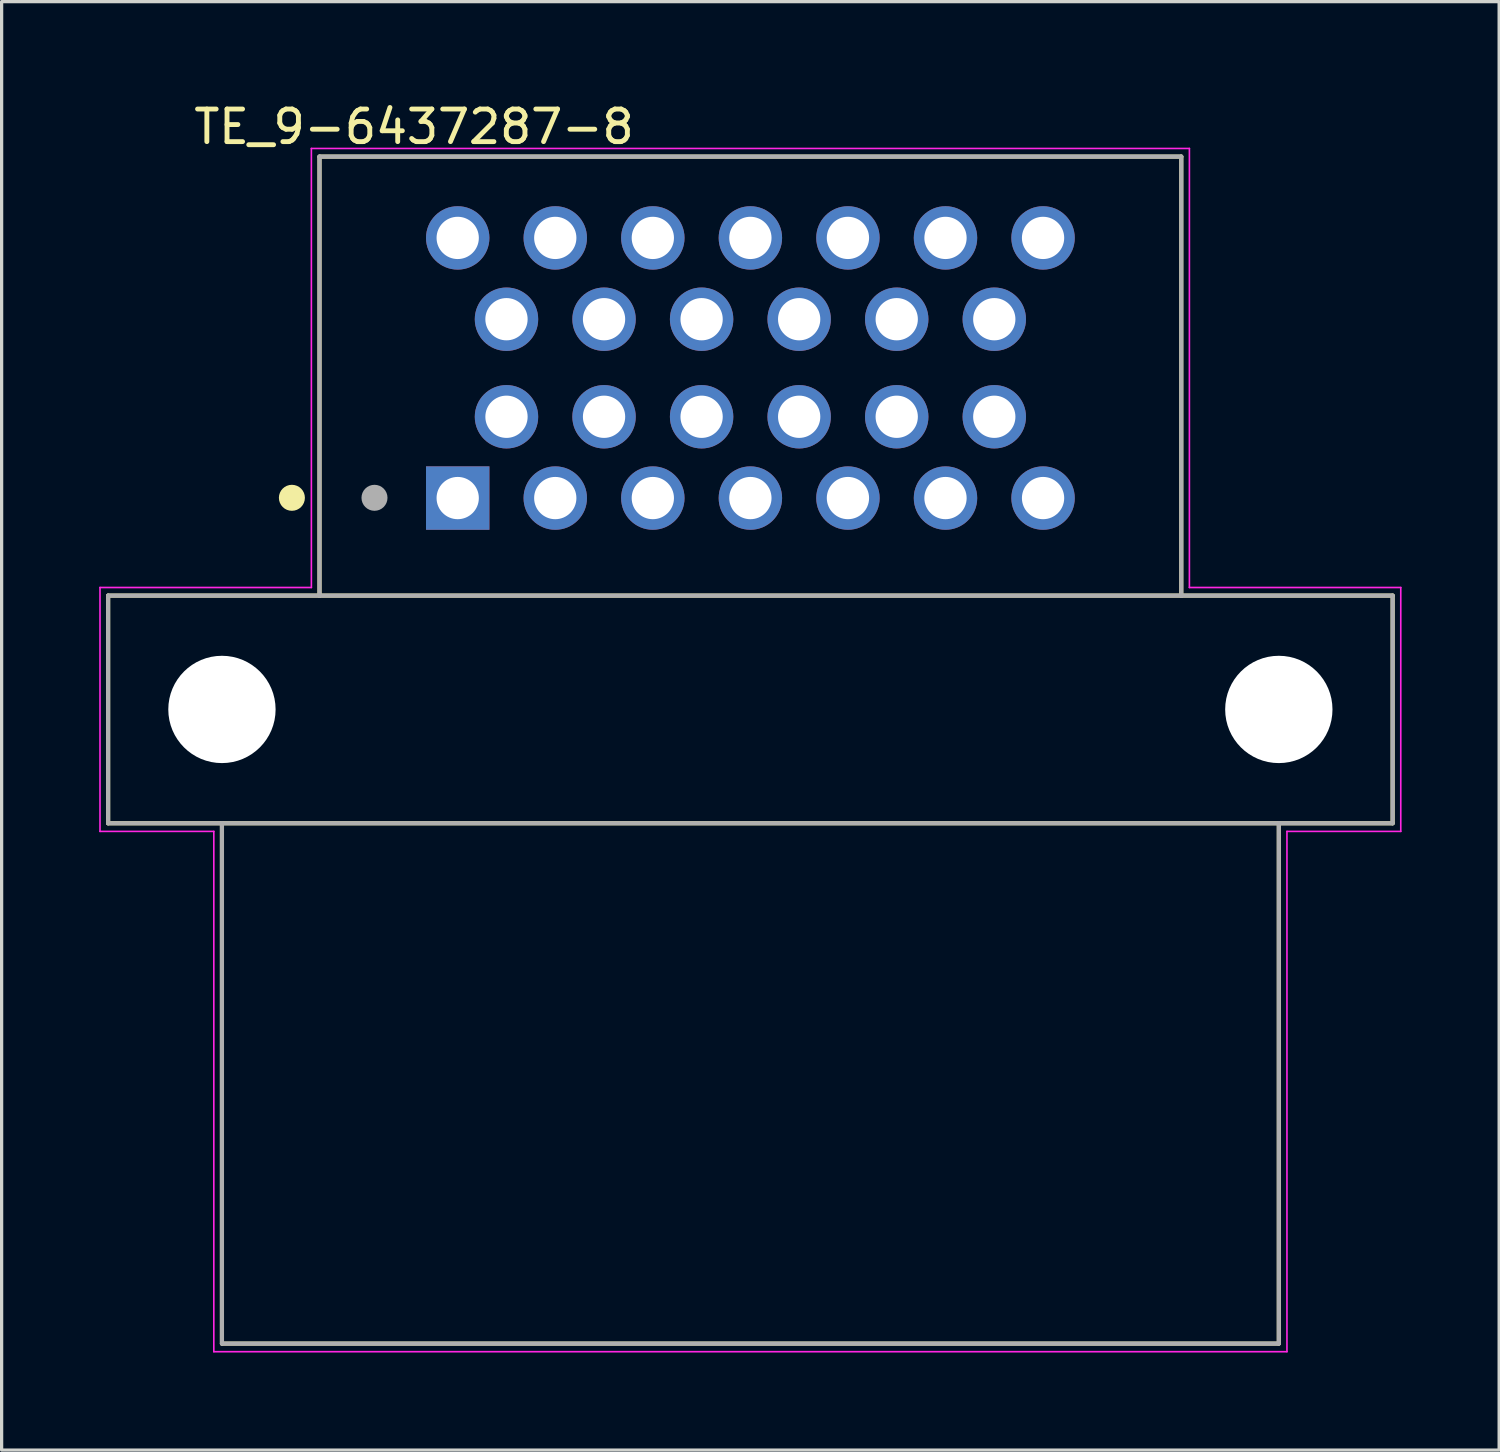
<source format=kicad_pcb>
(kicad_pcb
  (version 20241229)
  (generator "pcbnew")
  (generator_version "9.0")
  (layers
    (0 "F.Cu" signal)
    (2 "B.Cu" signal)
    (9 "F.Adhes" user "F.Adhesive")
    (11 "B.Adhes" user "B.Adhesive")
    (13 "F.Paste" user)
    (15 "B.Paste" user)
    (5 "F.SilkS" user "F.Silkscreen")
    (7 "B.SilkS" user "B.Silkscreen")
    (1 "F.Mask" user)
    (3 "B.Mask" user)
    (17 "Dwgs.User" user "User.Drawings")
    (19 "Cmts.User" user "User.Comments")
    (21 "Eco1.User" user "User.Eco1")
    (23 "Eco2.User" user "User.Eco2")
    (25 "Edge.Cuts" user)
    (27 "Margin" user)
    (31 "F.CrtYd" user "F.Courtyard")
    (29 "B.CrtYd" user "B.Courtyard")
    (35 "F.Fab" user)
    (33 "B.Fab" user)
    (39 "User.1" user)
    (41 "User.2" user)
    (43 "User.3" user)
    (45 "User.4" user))
  (footprint "TE_9-6437287-8"
    (layer "F.Cu")
    (at 20.025 18.766)
    (property "Reference" "TE_9-6437287-8" (at -10.344 -17.917 0) (layer "F.SilkS") (effects (font (size 1.002 1.002) (thickness 0.15))))
    (attr through_hole)
    (fp_line (start -19.75 -3.5) (end -19.75 3.5) (stroke (width 0.127) (type solid)) (layer "F.SilkS"))
    (fp_line (start -19.75 3.5) (end -16.25 3.5) (stroke (width 0.127) (type solid)) (layer "F.SilkS"))
    (fp_line (start -16.25 3.5) (end -16.25 19.5) (stroke (width 0.127) (type solid)) (layer "F.SilkS"))
    (fp_line (start -16.25 3.5) (end 16.25 3.5) (stroke (width 0.127) (type solid)) (layer "F.SilkS"))
    (fp_line (start -16.25 19.5) (end 16.25 19.5) (stroke (width 0.127) (type solid)) (layer "F.SilkS"))
    (fp_line (start -13.25 -17) (end 13.25 -17) (stroke (width 0.127) (type solid)) (layer "F.SilkS"))
    (fp_line (start -13.25 -3.5) (end -19.75 -3.5) (stroke (width 0.127) (type solid)) (layer "F.SilkS"))
    (fp_line (start -13.25 -3.5) (end -13.25 -17) (stroke (width 0.127) (type solid)) (layer "F.SilkS"))
    (fp_line (start 13.25 -17) (end 13.25 -3.5) (stroke (width 0.127) (type solid)) (layer "F.SilkS"))
    (fp_line (start 13.25 -3.5) (end -13.25 -3.5) (stroke (width 0.127) (type solid)) (layer "F.SilkS"))
    (fp_line (start 16.25 3.5) (end 19.75 3.5) (stroke (width 0.127) (type solid)) (layer "F.SilkS"))
    (fp_line (start 16.25 19.5) (end 16.25 3.5) (stroke (width 0.127) (type solid)) (layer "F.SilkS"))
    (fp_line (start 19.75 -3.5) (end 13.25 -3.5) (stroke (width 0.127) (type solid)) (layer "F.SilkS"))
    (fp_line (start 19.75 3.5) (end 19.75 -3.5) (stroke (width 0.127) (type solid)) (layer "F.SilkS"))
    (fp_circle (center -14.099 -6.508) (end -13.899 -6.508) (stroke (width 0.4) (type solid)) (fill no) (layer "F.SilkS"))
    (fp_line (start -20 -3.75) (end -13.5 -3.75) (stroke (width 0.05) (type solid)) (layer "F.CrtYd"))
    (fp_line (start -20 3.75) (end -20 -3.75) (stroke (width 0.05) (type solid)) (layer "F.CrtYd"))
    (fp_line (start -16.5 3.75) (end -20 3.75) (stroke (width 0.05) (type solid)) (layer "F.CrtYd"))
    (fp_line (start -16.5 19.75) (end -16.5 3.75) (stroke (width 0.05) (type solid)) (layer "F.CrtYd"))
    (fp_line (start -13.5 -17.25) (end 13.5 -17.25) (stroke (width 0.05) (type solid)) (layer "F.CrtYd"))
    (fp_line (start -13.5 -3.75) (end -13.5 -17.25) (stroke (width 0.05) (type solid)) (layer "F.CrtYd"))
    (fp_line (start 13.5 -17.25) (end 13.5 -3.75) (stroke (width 0.05) (type solid)) (layer "F.CrtYd"))
    (fp_line (start 13.5 -3.75) (end 20 -3.75) (stroke (width 0.05) (type solid)) (layer "F.CrtYd"))
    (fp_line (start 16.5 3.75) (end 16.5 19.75) (stroke (width 0.05) (type solid)) (layer "F.CrtYd"))
    (fp_line (start 16.5 19.75) (end -16.5 19.75) (stroke (width 0.05) (type solid)) (layer "F.CrtYd"))
    (fp_line (start 20 -3.75) (end 20 3.75) (stroke (width 0.05) (type solid)) (layer "F.CrtYd"))
    (fp_line (start 20 3.75) (end 16.5 3.75) (stroke (width 0.05) (type solid)) (layer "F.CrtYd"))
    (fp_line (start -19.75 -3.5) (end -19.75 3.5) (stroke (width 0.127) (type solid)) (layer "F.Fab"))
    (fp_line (start -19.75 3.5) (end -16.25 3.5) (stroke (width 0.127) (type solid)) (layer "F.Fab"))
    (fp_line (start -16.25 3.5) (end -16.25 19.5) (stroke (width 0.127) (type solid)) (layer "F.Fab"))
    (fp_line (start -16.25 3.5) (end 16.25 3.5) (stroke (width 0.127) (type solid)) (layer "F.Fab"))
    (fp_line (start -16.25 19.5) (end 16.25 19.5) (stroke (width 0.127) (type solid)) (layer "F.Fab"))
    (fp_line (start -13.25 -17) (end 13.25 -17) (stroke (width 0.127) (type solid)) (layer "F.Fab"))
    (fp_line (start -13.25 -3.5) (end -19.75 -3.5) (stroke (width 0.127) (type solid)) (layer "F.Fab"))
    (fp_line (start -13.25 -3.5) (end -13.25 -17) (stroke (width 0.127) (type solid)) (layer "F.Fab"))
    (fp_line (start 13.25 -17) (end 13.25 -3.5) (stroke (width 0.127) (type solid)) (layer "F.Fab"))
    (fp_line (start 13.25 -3.5) (end -13.25 -3.5) (stroke (width 0.127) (type solid)) (layer "F.Fab"))
    (fp_line (start 16.25 3.5) (end 19.75 3.5) (stroke (width 0.127) (type solid)) (layer "F.Fab"))
    (fp_line (start 16.25 19.5) (end 16.25 3.5) (stroke (width 0.127) (type solid)) (layer "F.Fab"))
    (fp_line (start 19.75 -3.5) (end 13.25 -3.5) (stroke (width 0.127) (type solid)) (layer "F.Fab"))
    (fp_line (start 19.75 3.5) (end 19.75 -3.5) (stroke (width 0.127) (type solid)) (layer "F.Fab"))
    (fp_circle (center -11.559 -6.508) (end -11.359 -6.508) (stroke (width 0.4) (type solid)) (fill no) (layer "F.Fab"))
    (pad "" np_thru_hole circle (at -16.25 0) (size 3.3 3.3) (drill 3.3) (layers "*.Cu" "*.Mask"))
    (pad "" np_thru_hole circle (at 16.25 0) (size 3.3 3.3) (drill 3.3) (layers "*.Cu" "*.Mask"))
    (pad "1" thru_hole rect (at -9 -6.5) (size 1.95 1.95) (drill 1.3) (layers "*.Cu" "*.Mask"))
    (pad "2" thru_hole circle (at -6 -6.5) (size 1.95 1.95) (drill 1.3) (layers "*.Cu" "*.Mask"))
    (pad "3" thru_hole circle (at -3 -6.5) (size 1.95 1.95) (drill 1.3) (layers "*.Cu" "*.Mask"))
    (pad "4" thru_hole circle (at 0 -6.5) (size 1.95 1.95) (drill 1.3) (layers "*.Cu" "*.Mask"))
    (pad "5" thru_hole circle (at 3 -6.5) (size 1.95 1.95) (drill 1.3) (layers "*.Cu" "*.Mask"))
    (pad "6" thru_hole circle (at 6 -6.5) (size 1.95 1.95) (drill 1.3) (layers "*.Cu" "*.Mask"))
    (pad "7" thru_hole circle (at 9 -6.5) (size 1.95 1.95) (drill 1.3) (layers "*.Cu" "*.Mask"))
    (pad "8" thru_hole circle (at -7.5 -9) (size 1.95 1.95) (drill 1.3) (layers "*.Cu" "*.Mask"))
    (pad "9" thru_hole circle (at -4.5 -9) (size 1.95 1.95) (drill 1.3) (layers "*.Cu" "*.Mask"))
    (pad "10" thru_hole circle (at -1.5 -9) (size 1.95 1.95) (drill 1.3) (layers "*.Cu" "*.Mask"))
    (pad "11" thru_hole circle (at 1.5 -9) (size 1.95 1.95) (drill 1.3) (layers "*.Cu" "*.Mask"))
    (pad "12" thru_hole circle (at 4.5 -9) (size 1.95 1.95) (drill 1.3) (layers "*.Cu" "*.Mask"))
    (pad "13" thru_hole circle (at 7.5 -9) (size 1.95 1.95) (drill 1.3) (layers "*.Cu" "*.Mask"))
    (pad "14" thru_hole circle (at -7.5 -12) (size 1.95 1.95) (drill 1.3) (layers "*.Cu" "*.Mask"))
    (pad "15" thru_hole circle (at -4.5 -12) (size 1.95 1.95) (drill 1.3) (layers "*.Cu" "*.Mask"))
    (pad "16" thru_hole circle (at -1.5 -12) (size 1.95 1.95) (drill 1.3) (layers "*.Cu" "*.Mask"))
    (pad "17" thru_hole circle (at 1.5 -12) (size 1.95 1.95) (drill 1.3) (layers "*.Cu" "*.Mask"))
    (pad "18" thru_hole circle (at 4.5 -12) (size 1.95 1.95) (drill 1.3) (layers "*.Cu" "*.Mask"))
    (pad "19" thru_hole circle (at 7.5 -12) (size 1.95 1.95) (drill 1.3) (layers "*.Cu" "*.Mask"))
    (pad "20" thru_hole circle (at -9 -14.5) (size 1.95 1.95) (drill 1.3) (layers "*.Cu" "*.Mask"))
    (pad "21" thru_hole circle (at -6 -14.5) (size 1.95 1.95) (drill 1.3) (layers "*.Cu" "*.Mask"))
    (pad "22" thru_hole circle (at -3 -14.5) (size 1.95 1.95) (drill 1.3) (layers "*.Cu" "*.Mask"))
    (pad "23" thru_hole circle (at 0 -14.5) (size 1.95 1.95) (drill 1.3) (layers "*.Cu" "*.Mask"))
    (pad "24" thru_hole circle (at 3 -14.5) (size 1.95 1.95) (drill 1.3) (layers "*.Cu" "*.Mask"))
    (pad "25" thru_hole circle (at 6 -14.5) (size 1.95 1.95) (drill 1.3) (layers "*.Cu" "*.Mask"))
    (pad "26" thru_hole circle (at 9 -14.5) (size 1.95 1.95) (drill 1.3) (layers "*.Cu" "*.Mask")))
  (gr_rect
    (start -3 -3)
    (end 43.05 41.541)
    (stroke (width 0.1) (type default))
    (fill no)
    (layer "Edge.Cuts")))
</source>
